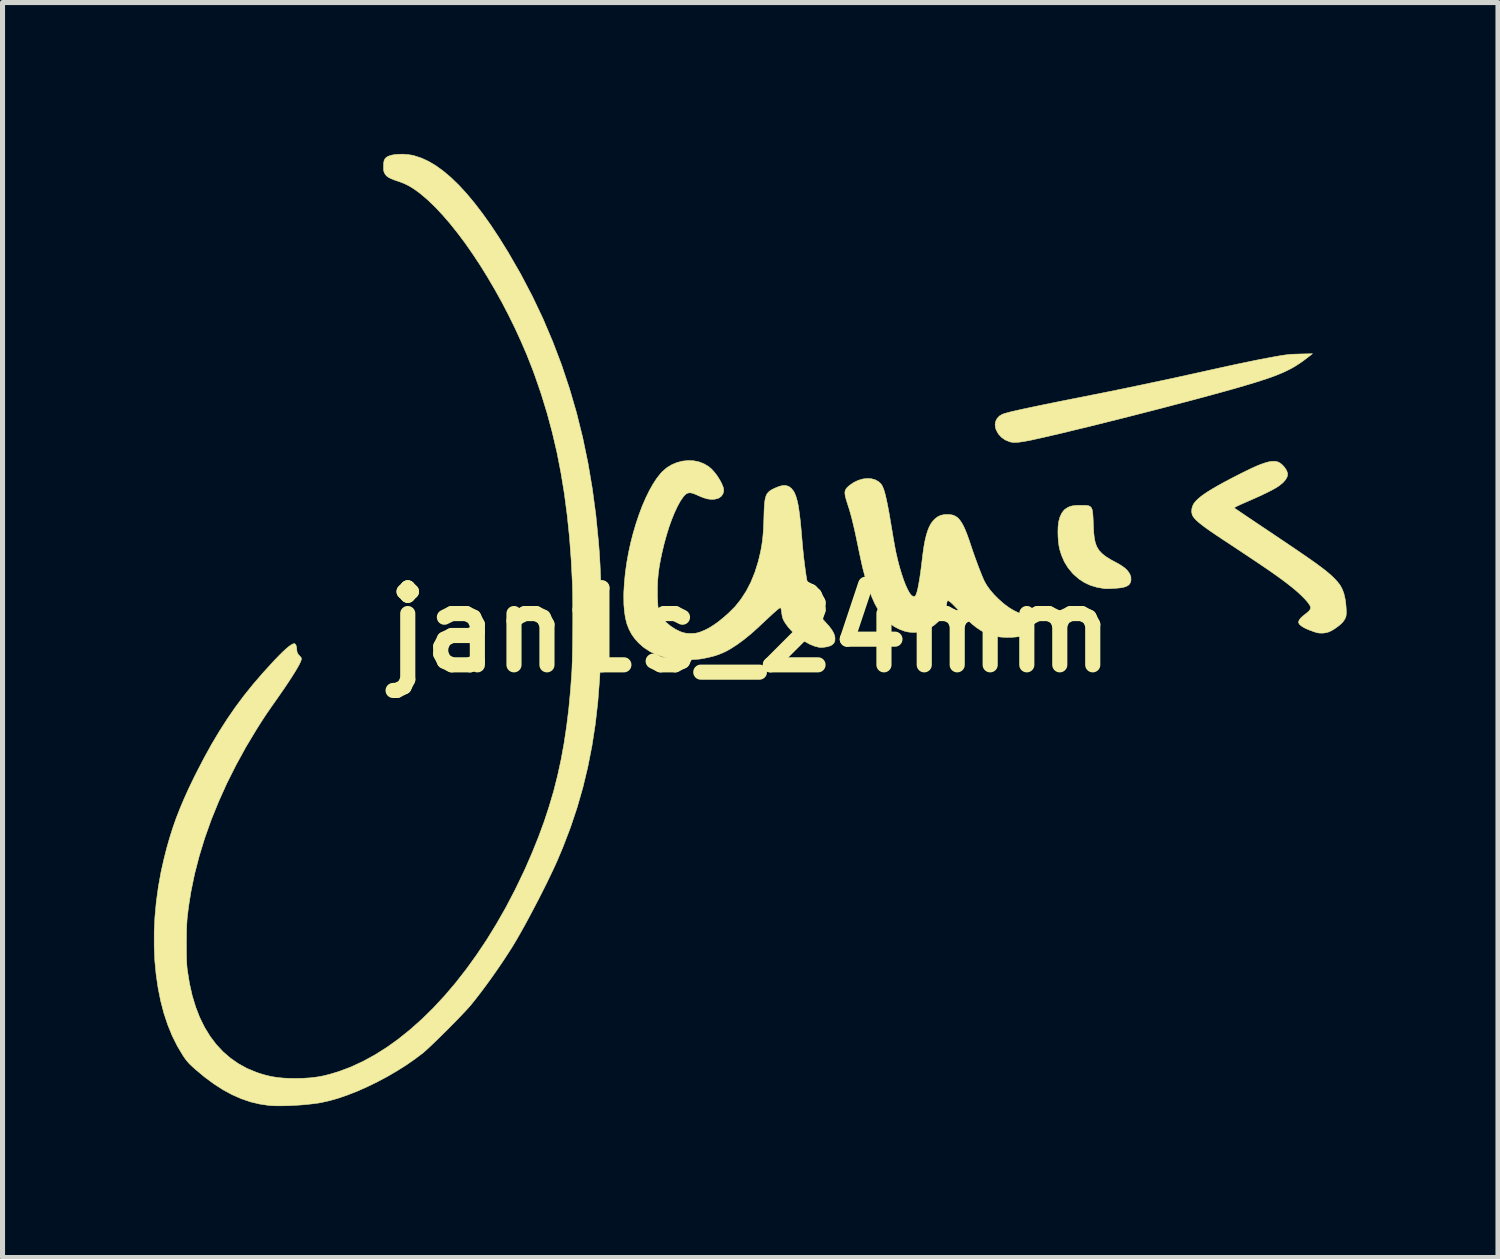
<source format=kicad_pcb>
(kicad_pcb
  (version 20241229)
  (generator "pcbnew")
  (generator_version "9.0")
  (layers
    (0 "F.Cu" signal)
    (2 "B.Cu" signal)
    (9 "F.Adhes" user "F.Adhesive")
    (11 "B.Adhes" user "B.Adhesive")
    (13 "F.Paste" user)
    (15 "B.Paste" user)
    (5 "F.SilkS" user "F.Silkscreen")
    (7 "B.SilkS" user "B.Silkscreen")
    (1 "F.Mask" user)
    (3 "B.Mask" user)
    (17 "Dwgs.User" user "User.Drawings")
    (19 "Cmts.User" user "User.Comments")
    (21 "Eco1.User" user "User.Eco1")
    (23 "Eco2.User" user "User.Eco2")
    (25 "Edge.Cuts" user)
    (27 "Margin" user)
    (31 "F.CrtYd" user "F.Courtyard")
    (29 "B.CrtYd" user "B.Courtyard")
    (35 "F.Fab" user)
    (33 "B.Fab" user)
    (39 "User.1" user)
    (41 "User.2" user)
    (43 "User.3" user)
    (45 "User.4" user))
  (footprint "jan1s_24mm"
    (layer "F.Cu")
    (at 11.814 9.432)
    (property "Reference" "jan1s_24mm" (at 0 0 0) (layer "F.SilkS") (effects (font (size 1.524 1.524) (thickness 0.3))))
    (attr through_hole)
    (fp_poly (pts (xy 6.615 -2.471) (xy 6.665 -2.468) (xy 6.705 -2.461) (xy 6.734 -2.447) (xy 6.756 -2.425) (xy 6.772 -2.391) (xy 6.782 -2.345) (xy 6.788 -2.284) (xy 6.793 -2.206) (xy 6.796 -2.12) (xy 6.801 -2.012) (xy 6.806 -1.923) (xy 6.814 -1.848) (xy 6.824 -1.786) (xy 6.836 -1.733) (xy 6.852 -1.685) (xy 6.87 -1.644) (xy 6.91 -1.578) (xy 6.969 -1.515) (xy 7.046 -1.454) (xy 7.144 -1.393) (xy 7.176 -1.376) (xy 7.256 -1.333) (xy 7.32 -1.297) (xy 7.37 -1.265) (xy 7.41 -1.236) (xy 7.444 -1.207) (xy 7.473 -1.177) (xy 7.517 -1.116) (xy 7.541 -1.052) (xy 7.543 -0.987) (xy 7.543 -0.984) (xy 7.53 -0.936) (xy 7.504 -0.898) (xy 7.463 -0.87) (xy 7.405 -0.849) (xy 7.345 -0.837) (xy 7.299 -0.832) (xy 7.242 -0.827) (xy 7.181 -0.823) (xy 7.121 -0.82) (xy 7.067 -0.819) (xy 7.027 -0.82) (xy 7.017 -0.821) (xy 6.871 -0.846) (xy 6.74 -0.885) (xy 6.621 -0.94) (xy 6.511 -1.012) (xy 6.409 -1.101) (xy 6.381 -1.13) (xy 6.294 -1.236) (xy 6.223 -1.352) (xy 6.167 -1.481) (xy 6.131 -1.596) (xy 6.116 -1.669) (xy 6.105 -1.756) (xy 6.098 -1.851) (xy 6.096 -1.946) (xy 6.098 -2.037) (xy 6.106 -2.116) (xy 6.111 -2.149) (xy 6.136 -2.239) (xy 6.171 -2.315) (xy 6.215 -2.373) (xy 6.244 -2.398) (xy 6.288 -2.426) (xy 6.333 -2.447) (xy 6.384 -2.46) (xy 6.446 -2.468) (xy 6.523 -2.471) (xy 6.552 -2.471) (xy 6.615 -2.471)) (stroke (width 0.01) (type solid)) (fill yes) (layer "F.SilkS"))
    (fp_poly (pts (xy 11.033 -5.392) (xy 10.958 -5.335) (xy 10.885 -5.284) (xy 10.811 -5.236) (xy 10.735 -5.191) (xy 10.654 -5.149) (xy 10.568 -5.108) (xy 10.473 -5.068) (xy 10.369 -5.027) (xy 10.254 -4.986) (xy 10.125 -4.944) (xy 9.981 -4.898) (xy 9.82 -4.85) (xy 9.646 -4.799) (xy 9.502 -4.758) (xy 9.343 -4.714) (xy 9.171 -4.667) (xy 8.988 -4.617) (xy 8.794 -4.565) (xy 8.593 -4.512) (xy 8.384 -4.457) (xy 8.171 -4.401) (xy 7.954 -4.345) (xy 7.735 -4.289) (xy 7.516 -4.233) (xy 7.299 -4.178) (xy 7.085 -4.125) (xy 6.875 -4.072) (xy 6.672 -4.022) (xy 6.477 -3.975) (xy 6.292 -3.93) (xy 6.118 -3.888) (xy 5.957 -3.851) (xy 5.811 -3.817) (xy 5.68 -3.788) (xy 5.568 -3.763) (xy 5.512 -3.752) (xy 5.408 -3.733) (xy 5.322 -3.721) (xy 5.251 -3.716) (xy 5.193 -3.718) (xy 5.145 -3.728) (xy 5.138 -3.73) (xy 5.049 -3.767) (xy 4.975 -3.82) (xy 4.916 -3.885) (xy 4.874 -3.962) (xy 4.861 -3.999) (xy 4.851 -4.068) (xy 4.861 -4.132) (xy 4.89 -4.19) (xy 4.935 -4.239) (xy 4.996 -4.275) (xy 5.025 -4.285) (xy 5.068 -4.298) (xy 5.126 -4.314) (xy 5.199 -4.332) (xy 5.289 -4.352) (xy 5.395 -4.376) (xy 5.518 -4.402) (xy 5.659 -4.432) (xy 5.818 -4.465) (xy 5.996 -4.501) (xy 6.193 -4.541) (xy 6.41 -4.584) (xy 6.567 -4.615) (xy 7.164 -4.734) (xy 7.761 -4.858) (xy 8.364 -4.986) (xy 8.979 -5.121) (xy 9.102 -5.149) (xy 9.37 -5.208) (xy 9.619 -5.262) (xy 9.849 -5.31) (xy 10.059 -5.353) (xy 10.25 -5.389) (xy 10.421 -5.421) (xy 10.446 -5.425) (xy 10.527 -5.439) (xy 10.594 -5.449) (xy 10.653 -5.456) (xy 10.709 -5.462) (xy 10.77 -5.465) (xy 10.842 -5.467) (xy 10.906 -5.469) (xy 11.139 -5.474) (xy 11.033 -5.392)) (stroke (width 0.01) (type solid)) (fill yes) (layer "F.SilkS"))
    (fp_poly (pts (xy 10.428 -3.337) (xy 10.448 -3.332) (xy 10.493 -3.31) (xy 10.538 -3.275) (xy 10.58 -3.23) (xy 10.615 -3.18) (xy 10.638 -3.131) (xy 10.647 -3.088) (xy 10.637 -3.035) (xy 10.606 -2.979) (xy 10.556 -2.922) (xy 10.488 -2.866) (xy 10.462 -2.847) (xy 10.406 -2.812) (xy 10.334 -2.772) (xy 10.247 -2.728) (xy 10.142 -2.677) (xy 10.019 -2.621) (xy 9.877 -2.558) (xy 9.846 -2.545) (xy 9.762 -2.508) (xy 9.697 -2.479) (xy 9.649 -2.456) (xy 9.616 -2.439) (xy 9.597 -2.427) (xy 9.591 -2.419) (xy 9.592 -2.417) (xy 9.602 -2.409) (xy 9.629 -2.391) (xy 9.671 -2.363) (xy 9.726 -2.325) (xy 9.793 -2.28) (xy 9.87 -2.228) (xy 9.956 -2.17) (xy 10.05 -2.107) (xy 10.15 -2.04) (xy 10.234 -1.984) (xy 10.405 -1.869) (xy 10.56 -1.765) (xy 10.699 -1.671) (xy 10.823 -1.587) (xy 10.934 -1.511) (xy 11.033 -1.443) (xy 11.12 -1.382) (xy 11.197 -1.328) (xy 11.264 -1.278) (xy 11.324 -1.234) (xy 11.376 -1.194) (xy 11.423 -1.157) (xy 11.464 -1.122) (xy 11.502 -1.089) (xy 11.536 -1.058) (xy 11.563 -1.032) (xy 11.634 -0.956) (xy 11.689 -0.884) (xy 11.73 -0.807) (xy 11.761 -0.723) (xy 11.784 -0.624) (xy 11.784 -0.623) (xy 11.795 -0.558) (xy 11.802 -0.488) (xy 11.807 -0.419) (xy 11.809 -0.357) (xy 11.807 -0.305) (xy 11.802 -0.269) (xy 11.778 -0.212) (xy 11.739 -0.157) (xy 11.682 -0.102) (xy 11.647 -0.074) (xy 11.575 -0.023) (xy 11.514 0.014) (xy 11.458 0.039) (xy 11.405 0.054) (xy 11.349 0.061) (xy 11.341 0.061) (xy 11.294 0.061) (xy 11.255 0.058) (xy 11.215 0.049) (xy 11.165 0.033) (xy 11.16 0.031) (xy 11.062 -0.005) (xy 10.982 -0.041) (xy 10.923 -0.077) (xy 10.883 -0.11) (xy 10.864 -0.143) (xy 10.864 -0.167) (xy 10.878 -0.2) (xy 10.904 -0.235) (xy 10.946 -0.275) (xy 10.987 -0.307) (xy 11.037 -0.347) (xy 11.071 -0.379) (xy 11.092 -0.406) (xy 11.101 -0.431) (xy 11.102 -0.445) (xy 11.094 -0.475) (xy 11.07 -0.516) (xy 11.031 -0.566) (xy 10.981 -0.622) (xy 10.919 -0.684) (xy 10.848 -0.75) (xy 10.769 -0.817) (xy 10.753 -0.831) (xy 10.705 -0.869) (xy 10.658 -0.906) (xy 10.609 -0.944) (xy 10.558 -0.982) (xy 10.504 -1.022) (xy 10.446 -1.064) (xy 10.381 -1.11) (xy 10.31 -1.16) (xy 10.23 -1.215) (xy 10.141 -1.275) (xy 10.041 -1.343) (xy 9.93 -1.417) (xy 9.806 -1.5) (xy 9.667 -1.592) (xy 9.514 -1.694) (xy 9.343 -1.806) (xy 9.335 -1.812) (xy 9.213 -1.893) (xy 9.108 -1.965) (xy 9.019 -2.028) (xy 8.945 -2.084) (xy 8.885 -2.132) (xy 8.837 -2.175) (xy 8.801 -2.213) (xy 8.775 -2.247) (xy 8.759 -2.277) (xy 8.756 -2.283) (xy 8.745 -2.34) (xy 8.749 -2.403) (xy 8.768 -2.466) (xy 8.793 -2.512) (xy 8.826 -2.552) (xy 8.869 -2.595) (xy 8.923 -2.641) (xy 8.99 -2.691) (xy 9.07 -2.744) (xy 9.165 -2.802) (xy 9.275 -2.866) (xy 9.403 -2.936) (xy 9.547 -3.012) (xy 9.689 -3.085) (xy 9.822 -3.151) (xy 9.939 -3.207) (xy 10.04 -3.253) (xy 10.129 -3.288) (xy 10.206 -3.314) (xy 10.273 -3.332) (xy 10.331 -3.341) (xy 10.382 -3.343) (xy 10.428 -3.337)) (stroke (width 0.01) (type solid)) (fill yes) (layer "F.SilkS"))
    (fp_poly (pts (xy 2.397 -2.998) (xy 2.472 -2.978) (xy 2.539 -2.942) (xy 2.588 -2.897) (xy 2.606 -2.872) (xy 2.623 -2.839) (xy 2.641 -2.797) (xy 2.658 -2.744) (xy 2.676 -2.679) (xy 2.694 -2.601) (xy 2.714 -2.509) (xy 2.735 -2.4) (xy 2.758 -2.274) (xy 2.782 -2.129) (xy 2.8 -2.025) (xy 2.815 -1.934) (xy 2.83 -1.844) (xy 2.845 -1.759) (xy 2.859 -1.681) (xy 2.871 -1.616) (xy 2.881 -1.565) (xy 2.884 -1.548) (xy 2.92 -1.392) (xy 2.958 -1.245) (xy 2.999 -1.11) (xy 3.04 -0.988) (xy 3.081 -0.883) (xy 3.118 -0.803) (xy 3.15 -0.745) (xy 3.177 -0.705) (xy 3.202 -0.68) (xy 3.227 -0.667) (xy 3.255 -0.665) (xy 3.257 -0.665) (xy 3.272 -0.677) (xy 3.288 -0.709) (xy 3.305 -0.761) (xy 3.322 -0.831) (xy 3.339 -0.919) (xy 3.357 -1.024) (xy 3.375 -1.146) (xy 3.392 -1.282) (xy 3.403 -1.37) (xy 3.422 -1.526) (xy 3.442 -1.662) (xy 3.464 -1.781) (xy 3.489 -1.883) (xy 3.516 -1.97) (xy 3.546 -2.044) (xy 3.58 -2.107) (xy 3.618 -2.159) (xy 3.658 -2.201) (xy 3.714 -2.244) (xy 3.774 -2.272) (xy 3.842 -2.287) (xy 3.911 -2.29) (xy 3.967 -2.286) (xy 4.018 -2.276) (xy 4.063 -2.256) (xy 4.106 -2.228) (xy 4.145 -2.187) (xy 4.183 -2.135) (xy 4.221 -2.068) (xy 4.259 -1.986) (xy 4.298 -1.887) (xy 4.34 -1.77) (xy 4.376 -1.662) (xy 4.409 -1.564) (xy 4.444 -1.463) (xy 4.481 -1.362) (xy 4.517 -1.264) (xy 4.553 -1.172) (xy 4.586 -1.089) (xy 4.615 -1.019) (xy 4.64 -0.965) (xy 4.645 -0.955) (xy 4.692 -0.875) (xy 4.755 -0.789) (xy 4.83 -0.702) (xy 4.914 -0.617) (xy 5.004 -0.537) (xy 5.042 -0.506) (xy 5.131 -0.441) (xy 5.217 -0.389) (xy 5.307 -0.345) (xy 5.361 -0.322) (xy 5.422 -0.297) (xy 5.466 -0.274) (xy 5.497 -0.251) (xy 5.519 -0.225) (xy 5.528 -0.208) (xy 5.54 -0.166) (xy 5.545 -0.114) (xy 5.542 -0.059) (xy 5.534 -0.018) (xy 5.509 0.035) (xy 5.468 0.079) (xy 5.416 0.108) (xy 5.409 0.111) (xy 5.344 0.127) (xy 5.264 0.138) (xy 5.173 0.145) (xy 5.078 0.146) (xy 4.984 0.141) (xy 4.937 0.137) (xy 4.855 0.121) (xy 4.765 0.095) (xy 4.675 0.062) (xy 4.595 0.024) (xy 4.57 0.01) (xy 4.479 -0.051) (xy 4.391 -0.121) (xy 4.302 -0.204) (xy 4.234 -0.275) (xy 4.159 -0.356) (xy 4.097 -0.423) (xy 4.046 -0.476) (xy 4.006 -0.517) (xy 3.974 -0.546) (xy 3.949 -0.566) (xy 3.931 -0.577) (xy 3.917 -0.58) (xy 3.907 -0.577) (xy 3.904 -0.575) (xy 3.899 -0.561) (xy 3.893 -0.531) (xy 3.887 -0.491) (xy 3.885 -0.473) (xy 3.875 -0.403) (xy 3.856 -0.343) (xy 3.828 -0.288) (xy 3.786 -0.232) (xy 3.731 -0.174) (xy 3.651 -0.102) (xy 3.568 -0.046) (xy 3.475 -0.000446) (xy 3.428 0.018) (xy 3.337 0.04) (xy 3.239 0.048) (xy 3.14 0.041) (xy 3.059 0.023) (xy 2.952 -0.017) (xy 2.854 -0.068) (xy 2.764 -0.132) (xy 2.68 -0.208) (xy 2.603 -0.299) (xy 2.532 -0.405) (xy 2.465 -0.528) (xy 2.403 -0.668) (xy 2.345 -0.826) (xy 2.289 -1.003) (xy 2.244 -1.167) (xy 2.231 -1.219) (xy 2.215 -1.287) (xy 2.197 -1.368) (xy 2.178 -1.457) (xy 2.158 -1.55) (xy 2.139 -1.642) (xy 2.133 -1.672) (xy 2.101 -1.826) (xy 2.072 -1.961) (xy 2.044 -2.081) (xy 2.018 -2.189) (xy 1.992 -2.287) (xy 1.966 -2.379) (xy 1.938 -2.466) (xy 1.926 -2.504) (xy 1.9 -2.586) (xy 1.883 -2.651) (xy 1.875 -2.704) (xy 1.877 -2.747) (xy 1.89 -2.783) (xy 1.913 -2.816) (xy 1.947 -2.849) (xy 1.97 -2.868) (xy 2.053 -2.925) (xy 2.14 -2.966) (xy 2.228 -2.992) (xy 2.315 -3.003) (xy 2.397 -2.998)) (stroke (width 0.01) (type solid)) (fill yes) (layer "F.SilkS"))
    (fp_poly (pts (xy -1.119 -3.353) (xy -1.014 -3.331) (xy -0.914 -3.292) (xy -0.823 -3.237) (xy -0.765 -3.188) (xy -0.711 -3.128) (xy -0.657 -3.058) (xy -0.608 -2.981) (xy -0.567 -2.905) (xy -0.538 -2.834) (xy -0.53 -2.81) (xy -0.526 -2.754) (xy -0.54 -2.701) (xy -0.57 -2.654) (xy -0.614 -2.62) (xy -0.632 -2.611) (xy -0.7 -2.592) (xy -0.771 -2.588) (xy -0.849 -2.598) (xy -0.936 -2.624) (xy -1.034 -2.665) (xy -1.037 -2.667) (xy -1.106 -2.697) (xy -1.162 -2.715) (xy -1.208 -2.719) (xy -1.247 -2.71) (xy -1.283 -2.687) (xy -1.318 -2.649) (xy -1.331 -2.633) (xy -1.389 -2.548) (xy -1.446 -2.443) (xy -1.503 -2.32) (xy -1.559 -2.182) (xy -1.613 -2.03) (xy -1.663 -1.866) (xy -1.711 -1.691) (xy -1.75 -1.524) (xy -1.782 -1.372) (xy -1.806 -1.234) (xy -1.823 -1.104) (xy -1.834 -0.977) (xy -1.839 -0.848) (xy -1.839 -0.71) (xy -1.839 -0.675) (xy -1.835 -0.572) (xy -1.83 -0.487) (xy -1.822 -0.417) (xy -1.811 -0.36) (xy -1.794 -0.311) (xy -1.772 -0.268) (xy -1.743 -0.229) (xy -1.707 -0.189) (xy -1.671 -0.155) (xy -1.581 -0.08) (xy -1.485 -0.017) (xy -1.389 0.03) (xy -1.363 0.04) (xy -1.319 0.054) (xy -1.279 0.062) (xy -1.234 0.067) (xy -1.18 0.068) (xy -1.125 0.067) (xy -1.081 0.063) (xy -1.041 0.054) (xy -0.995 0.04) (xy -0.983 0.036) (xy -0.898 0.001) (xy -0.811 -0.044) (xy -0.72 -0.101) (xy -0.624 -0.17) (xy -0.52 -0.255) (xy -0.433 -0.332) (xy -0.301 -0.463) (xy -0.184 -0.61) (xy -0.079 -0.772) (xy 0.013 -0.95) (xy 0.092 -1.144) (xy 0.158 -1.355) (xy 0.205 -1.551) (xy 0.224 -1.654) (xy 0.24 -1.759) (xy 0.252 -1.871) (xy 0.261 -1.993) (xy 0.267 -2.13) (xy 0.27 -2.217) (xy 0.273 -2.332) (xy 0.277 -2.428) (xy 0.283 -2.506) (xy 0.291 -2.571) (xy 0.302 -2.622) (xy 0.315 -2.664) (xy 0.332 -2.697) (xy 0.353 -2.724) (xy 0.378 -2.748) (xy 0.391 -2.758) (xy 0.434 -2.785) (xy 0.49 -2.812) (xy 0.551 -2.837) (xy 0.609 -2.855) (xy 0.642 -2.862) (xy 0.706 -2.863) (xy 0.765 -2.844) (xy 0.816 -2.805) (xy 0.861 -2.748) (xy 0.878 -2.715) (xy 0.898 -2.668) (xy 0.916 -2.613) (xy 0.933 -2.55) (xy 0.949 -2.475) (xy 0.963 -2.388) (xy 0.977 -2.286) (xy 0.991 -2.169) (xy 1.004 -2.034) (xy 1.018 -1.88) (xy 1.021 -1.841) (xy 1.04 -1.626) (xy 1.06 -1.431) (xy 1.082 -1.255) (xy 1.104 -1.095) (xy 1.129 -0.951) (xy 1.156 -0.822) (xy 1.185 -0.707) (xy 1.217 -0.603) (xy 1.252 -0.51) (xy 1.29 -0.426) (xy 1.332 -0.35) (xy 1.346 -0.327) (xy 1.368 -0.297) (xy 1.4 -0.257) (xy 1.439 -0.212) (xy 1.481 -0.165) (xy 1.491 -0.154) (xy 1.559 -0.079) (xy 1.61 -0.012) (xy 1.646 0.047) (xy 1.669 0.102) (xy 1.679 0.154) (xy 1.679 0.156) (xy 1.677 0.213) (xy 1.658 0.258) (xy 1.622 0.293) (xy 1.6 0.306) (xy 1.553 0.324) (xy 1.494 0.337) (xy 1.433 0.344) (xy 1.378 0.344) (xy 1.366 0.343) (xy 1.277 0.321) (xy 1.182 0.283) (xy 1.084 0.229) (xy 0.986 0.164) (xy 0.893 0.088) (xy 0.807 0.004) (xy 0.749 -0.062) (xy 0.703 -0.124) (xy 0.669 -0.178) (xy 0.646 -0.228) (xy 0.632 -0.282) (xy 0.623 -0.337) (xy 0.618 -0.379) (xy 0.611 -0.414) (xy 0.605 -0.435) (xy 0.603 -0.438) (xy 0.599 -0.441) (xy 0.591 -0.44) (xy 0.58 -0.434) (xy 0.564 -0.423) (xy 0.541 -0.406) (xy 0.512 -0.38) (xy 0.473 -0.346) (xy 0.425 -0.303) (xy 0.366 -0.248) (xy 0.295 -0.182) (xy 0.21 -0.103) (xy 0.148 -0.044) (xy 0.009 0.08) (xy -0.129 0.192) (xy -0.263 0.29) (xy -0.383 0.367) (xy -0.471 0.417) (xy -0.556 0.457) (xy -0.643 0.491) (xy -0.738 0.521) (xy -0.844 0.546) (xy -0.947 0.567) (xy -1.008 0.576) (xy -1.083 0.582) (xy -1.168 0.586) (xy -1.257 0.589) (xy -1.345 0.589) (xy -1.427 0.586) (xy -1.497 0.582) (xy -1.538 0.577) (xy -1.703 0.541) (xy -1.854 0.49) (xy -1.991 0.424) (xy -2.114 0.342) (xy -2.212 0.255) (xy -2.287 0.172) (xy -2.35 0.083) (xy -2.401 -0.013) (xy -2.442 -0.118) (xy -2.472 -0.234) (xy -2.492 -0.363) (xy -2.504 -0.507) (xy -2.506 -0.668) (xy -2.505 -0.751) (xy -2.494 -0.939) (xy -2.475 -1.132) (xy -2.448 -1.327) (xy -2.413 -1.524) (xy -2.371 -1.719) (xy -2.322 -1.91) (xy -2.267 -2.097) (xy -2.207 -2.277) (xy -2.143 -2.449) (xy -2.074 -2.609) (xy -2.002 -2.757) (xy -1.927 -2.891) (xy -1.851 -3.007) (xy -1.772 -3.106) (xy -1.736 -3.144) (xy -1.648 -3.219) (xy -1.551 -3.277) (xy -1.447 -3.32) (xy -1.338 -3.347) (xy -1.228 -3.358) (xy -1.119 -3.353)) (stroke (width 0.01) (type solid)) (fill yes) (layer "F.SilkS"))
    (fp_poly (pts (xy -6.786 -9.42) (xy -6.698 -9.407) (xy -6.657 -9.397) (xy -6.516 -9.351) (xy -6.373 -9.285) (xy -6.228 -9.199) (xy -6.08 -9.092) (xy -5.93 -8.965) (xy -5.778 -8.818) (xy -5.623 -8.65) (xy -5.465 -8.461) (xy -5.305 -8.252) (xy -5.141 -8.022) (xy -4.975 -7.771) (xy -4.806 -7.499) (xy -4.799 -7.488) (xy -4.55 -7.056) (xy -4.32 -6.618) (xy -4.108 -6.172) (xy -3.915 -5.718) (xy -3.739 -5.256) (xy -3.582 -4.785) (xy -3.442 -4.305) (xy -3.32 -3.814) (xy -3.216 -3.313) (xy -3.129 -2.8) (xy -3.059 -2.276) (xy -3.006 -1.74) (xy -2.99 -1.535) (xy -2.976 -1.298) (xy -2.965 -1.045) (xy -2.957 -0.778) (xy -2.953 -0.503) (xy -2.952 -0.222) (xy -2.954 0.059) (xy -2.959 0.338) (xy -2.967 0.61) (xy -2.979 0.871) (xy -2.985 0.974) (xy -3.02 1.427) (xy -3.07 1.866) (xy -3.136 2.293) (xy -3.218 2.711) (xy -3.316 3.119) (xy -3.431 3.52) (xy -3.563 3.915) (xy -3.713 4.306) (xy -3.826 4.574) (xy -3.886 4.706) (xy -3.955 4.852) (xy -4.031 5.01) (xy -4.114 5.175) (xy -4.2 5.345) (xy -4.29 5.516) (xy -4.379 5.685) (xy -4.468 5.849) (xy -4.554 6.003) (xy -4.636 6.146) (xy -4.638 6.149) (xy -4.716 6.279) (xy -4.807 6.421) (xy -4.906 6.572) (xy -5.012 6.727) (xy -5.121 6.883) (xy -5.232 7.036) (xy -5.341 7.182) (xy -5.447 7.319) (xy -5.545 7.441) (xy -5.549 7.445) (xy -5.584 7.485) (xy -5.632 7.537) (xy -5.69 7.599) (xy -5.757 7.669) (xy -5.83 7.745) (xy -5.909 7.824) (xy -5.989 7.906) (xy -6.071 7.987) (xy -6.151 8.066) (xy -6.228 8.141) (xy -6.3 8.21) (xy -6.364 8.271) (xy -6.419 8.322) (xy -6.463 8.361) (xy -6.483 8.378) (xy -6.646 8.501) (xy -6.82 8.622) (xy -7.003 8.737) (xy -7.193 8.848) (xy -7.387 8.951) (xy -7.582 9.046) (xy -7.777 9.133) (xy -7.968 9.208) (xy -8.154 9.273) (xy -8.331 9.324) (xy -8.497 9.361) (xy -8.552 9.371) (xy -8.656 9.385) (xy -8.771 9.398) (xy -8.892 9.409) (xy -9.016 9.417) (xy -9.139 9.423) (xy -9.256 9.426) (xy -9.365 9.427) (xy -9.46 9.424) (xy -9.534 9.419) (xy -9.721 9.391) (xy -9.905 9.347) (xy -10.086 9.285) (xy -10.266 9.206) (xy -10.445 9.109) (xy -10.625 8.993) (xy -10.808 8.858) (xy -10.99 8.706) (xy -11.048 8.654) (xy -11.093 8.612) (xy -11.13 8.574) (xy -11.162 8.536) (xy -11.194 8.495) (xy -11.228 8.445) (xy -11.236 8.434) (xy -11.349 8.246) (xy -11.451 8.042) (xy -11.54 7.824) (xy -11.617 7.592) (xy -11.681 7.347) (xy -11.732 7.091) (xy -11.771 6.825) (xy -11.797 6.551) (xy -11.809 6.269) (xy -11.809 5.981) (xy -11.795 5.687) (xy -11.768 5.39) (xy -11.727 5.091) (xy -11.673 4.79) (xy -11.615 4.533) (xy -11.561 4.32) (xy -11.503 4.117) (xy -11.441 3.921) (xy -11.373 3.727) (xy -11.297 3.533) (xy -11.213 3.334) (xy -11.119 3.127) (xy -11.014 2.909) (xy -10.969 2.82) (xy -10.82 2.533) (xy -10.671 2.263) (xy -10.519 2.008) (xy -10.364 1.766) (xy -10.203 1.532) (xy -10.034 1.305) (xy -9.854 1.081) (xy -9.662 0.858) (xy -9.456 0.632) (xy -9.441 0.615) (xy -9.344 0.515) (xy -9.26 0.431) (xy -9.188 0.365) (xy -9.128 0.316) (xy -9.079 0.284) (xy -9.044 0.27) (xy -9.024 0.271) (xy -9.007 0.287) (xy -8.994 0.318) (xy -8.986 0.359) (xy -8.985 0.382) (xy -8.979 0.435) (xy -8.957 0.48) (xy -8.926 0.515) (xy -8.903 0.539) (xy -8.893 0.559) (xy -8.893 0.581) (xy -8.894 0.585) (xy -8.906 0.621) (xy -8.93 0.673) (xy -8.966 0.739) (xy -9.014 0.82) (xy -9.073 0.914) (xy -9.142 1.021) (xy -9.221 1.139) (xy -9.31 1.268) (xy -9.391 1.384) (xy -9.453 1.472) (xy -9.505 1.546) (xy -9.549 1.61) (xy -9.588 1.666) (xy -9.623 1.72) (xy -9.658 1.773) (xy -9.694 1.829) (xy -9.734 1.892) (xy -9.779 1.963) (xy -9.992 2.317) (xy -10.188 2.675) (xy -10.369 3.035) (xy -10.532 3.397) (xy -10.679 3.759) (xy -10.807 4.119) (xy -10.917 4.478) (xy -11.009 4.833) (xy -11.081 5.183) (xy -11.122 5.44) (xy -11.135 5.535) (xy -11.145 5.618) (xy -11.154 5.694) (xy -11.16 5.767) (xy -11.164 5.84) (xy -11.168 5.918) (xy -11.169 6.005) (xy -11.17 6.105) (xy -11.171 6.222) (xy -11.171 6.223) (xy -11.17 6.334) (xy -11.17 6.427) (xy -11.168 6.505) (xy -11.166 6.57) (xy -11.163 6.627) (xy -11.159 6.678) (xy -11.154 6.726) (xy -11.151 6.747) (xy -11.11 7.002) (xy -11.056 7.243) (xy -10.988 7.467) (xy -10.907 7.676) (xy -10.812 7.869) (xy -10.704 8.046) (xy -10.583 8.207) (xy -10.449 8.351) (xy -10.302 8.479) (xy -10.143 8.59) (xy -9.971 8.685) (xy -9.786 8.762) (xy -9.71 8.788) (xy -9.595 8.821) (xy -9.484 8.847) (xy -9.371 8.865) (xy -9.251 8.877) (xy -9.119 8.883) (xy -9.017 8.884) (xy -8.86 8.881) (xy -8.718 8.872) (xy -8.585 8.856) (xy -8.454 8.832) (xy -8.32 8.798) (xy -8.178 8.755) (xy -8.154 8.748) (xy -7.914 8.658) (xy -7.674 8.547) (xy -7.436 8.417) (xy -7.198 8.267) (xy -6.963 8.098) (xy -6.731 7.911) (xy -6.501 7.706) (xy -6.276 7.484) (xy -6.054 7.245) (xy -5.837 6.99) (xy -5.626 6.72) (xy -5.42 6.434) (xy -5.22 6.135) (xy -5.027 5.821) (xy -4.841 5.495) (xy -4.664 5.156) (xy -4.494 4.804) (xy -4.456 4.722) (xy -4.32 4.409) (xy -4.196 4.102) (xy -4.084 3.798) (xy -3.984 3.494) (xy -3.894 3.189) (xy -3.816 2.88) (xy -3.747 2.564) (xy -3.688 2.24) (xy -3.638 1.905) (xy -3.595 1.557) (xy -3.561 1.194) (xy -3.534 0.815) (xy -3.531 0.742) (xy -3.527 0.65) (xy -3.525 0.543) (xy -3.522 0.423) (xy -3.52 0.293) (xy -3.518 0.156) (xy -3.517 0.014) (xy -3.516 -0.129) (xy -3.516 -0.271) (xy -3.516 -0.409) (xy -3.517 -0.54) (xy -3.518 -0.662) (xy -3.52 -0.771) (xy -3.522 -0.865) (xy -3.523 -0.905) (xy -3.547 -1.378) (xy -3.581 -1.835) (xy -3.627 -2.276) (xy -3.683 -2.703) (xy -3.751 -3.117) (xy -3.83 -3.521) (xy -3.922 -3.914) (xy -4.026 -4.3) (xy -4.142 -4.678) (xy -4.271 -5.052) (xy -4.321 -5.186) (xy -4.426 -5.452) (xy -4.54 -5.717) (xy -4.661 -5.981) (xy -4.789 -6.241) (xy -4.922 -6.497) (xy -5.061 -6.747) (xy -5.204 -6.99) (xy -5.349 -7.225) (xy -5.498 -7.45) (xy -5.647 -7.664) (xy -5.798 -7.865) (xy -5.948 -8.053) (xy -6.098 -8.226) (xy -6.245 -8.383) (xy -6.39 -8.522) (xy -6.531 -8.642) (xy -6.578 -8.678) (xy -6.675 -8.747) (xy -6.767 -8.802) (xy -6.858 -8.847) (xy -6.956 -8.884) (xy -6.972 -8.889) (xy -7.052 -8.916) (xy -7.113 -8.941) (xy -7.16 -8.964) (xy -7.195 -8.988) (xy -7.221 -9.014) (xy -7.237 -9.038) (xy -7.251 -9.063) (xy -7.259 -9.087) (xy -7.264 -9.115) (xy -7.265 -9.155) (xy -7.265 -9.186) (xy -7.263 -9.252) (xy -7.254 -9.301) (xy -7.236 -9.338) (xy -7.209 -9.365) (xy -7.178 -9.384) (xy -7.121 -9.404) (xy -7.049 -9.419) (xy -6.966 -9.426) (xy -6.877 -9.427) (xy -6.786 -9.42)) (stroke (width 0.01) (type solid)) (fill yes) (layer "F.SilkS")))
  (gr_rect
    (start -3 -3)
    (end 26.628 21.864)
    (stroke (width 0.1) (type default))
    (fill no)
    (layer "Edge.Cuts")))
</source>
